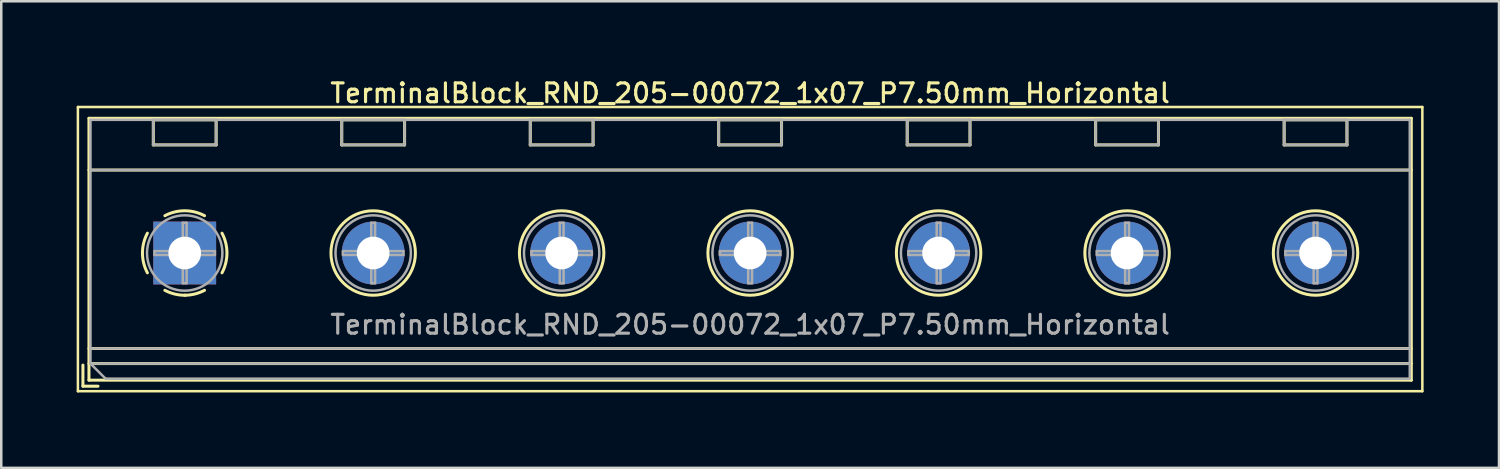
<source format=kicad_pcb>
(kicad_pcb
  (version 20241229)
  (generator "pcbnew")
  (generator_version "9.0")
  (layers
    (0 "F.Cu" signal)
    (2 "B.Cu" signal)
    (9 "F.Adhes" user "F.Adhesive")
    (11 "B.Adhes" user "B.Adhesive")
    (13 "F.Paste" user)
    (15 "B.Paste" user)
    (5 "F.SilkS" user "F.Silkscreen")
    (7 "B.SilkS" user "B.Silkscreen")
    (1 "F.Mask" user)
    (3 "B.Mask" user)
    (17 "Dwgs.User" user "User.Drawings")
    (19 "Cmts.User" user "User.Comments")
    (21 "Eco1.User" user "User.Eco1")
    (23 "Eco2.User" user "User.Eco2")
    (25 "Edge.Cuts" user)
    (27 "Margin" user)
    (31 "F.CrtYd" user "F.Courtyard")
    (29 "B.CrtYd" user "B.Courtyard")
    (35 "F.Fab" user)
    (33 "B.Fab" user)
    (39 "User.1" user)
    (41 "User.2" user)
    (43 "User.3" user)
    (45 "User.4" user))
  (footprint "TerminalBlock_RND_205-00072_1x07_P7.50mm_Horizontal"
    (layer "F.Cu")
    (at 4.3 7.018)
    (property "Reference" "TerminalBlock_RND_205-00072_1x07_P7.50mm_Horizontal" (at 22.5 -6.36 0) (layer "F.SilkS") (effects (font (size 0.75 0.75) (thickness 0.125))))
    (attr through_hole)
    (fp_line (start -4.25 -5.81) (end -4.25 5.5) (stroke (width 0.1) (type solid)) (layer "F.SilkS"))
    (fp_line (start -4.25 5.5) (end 49.25 5.5) (stroke (width 0.1) (type solid)) (layer "F.SilkS"))
    (fp_line (start -4.05 4.46) (end -4.05 5.3) (stroke (width 0.12) (type solid)) (layer "F.SilkS"))
    (fp_line (start -4.05 5.3) (end -3.45 5.3) (stroke (width 0.12) (type solid)) (layer "F.SilkS"))
    (fp_line (start -3.81 -5.36) (end -3.81 5.06) (stroke (width 0.12) (type solid)) (layer "F.SilkS"))
    (fp_line (start -3.81 -5.36) (end 48.81 -5.36) (stroke (width 0.12) (type solid)) (layer "F.SilkS"))
    (fp_line (start -3.81 -3.301) (end 48.81 -3.301) (stroke (width 0.12) (type solid)) (layer "F.SilkS"))
    (fp_line (start -3.81 3.8) (end 48.81 3.8) (stroke (width 0.12) (type solid)) (layer "F.SilkS"))
    (fp_line (start -3.81 4.4) (end 48.81 4.4) (stroke (width 0.12) (type solid)) (layer "F.SilkS"))
    (fp_line (start -3.81 5.06) (end 48.81 5.06) (stroke (width 0.12) (type solid)) (layer "F.SilkS"))
    (fp_line (start -1.25 -5.301) (end -1.25 -4.301) (stroke (width 0.12) (type solid)) (layer "F.SilkS"))
    (fp_line (start -1.25 -5.301) (end 1.25 -5.301) (stroke (width 0.12) (type solid)) (layer "F.SilkS"))
    (fp_line (start -1.25 -4.301) (end 1.25 -4.301) (stroke (width 0.12) (type solid)) (layer "F.SilkS"))
    (fp_line (start 1.25 -5.301) (end 1.25 -4.301) (stroke (width 0.12) (type solid)) (layer "F.SilkS"))
    (fp_line (start 6.25 -5.301) (end 6.25 -4.301) (stroke (width 0.12) (type solid)) (layer "F.SilkS"))
    (fp_line (start 6.25 -5.301) (end 8.75 -5.301) (stroke (width 0.12) (type solid)) (layer "F.SilkS"))
    (fp_line (start 6.25 -4.301) (end 8.75 -4.301) (stroke (width 0.12) (type solid)) (layer "F.SilkS"))
    (fp_line (start 8.75 -5.301) (end 8.75 -4.301) (stroke (width 0.12) (type solid)) (layer "F.SilkS"))
    (fp_line (start 13.75 -5.301) (end 13.75 -4.301) (stroke (width 0.12) (type solid)) (layer "F.SilkS"))
    (fp_line (start 13.75 -5.301) (end 16.25 -5.301) (stroke (width 0.12) (type solid)) (layer "F.SilkS"))
    (fp_line (start 13.75 -4.301) (end 16.25 -4.301) (stroke (width 0.12) (type solid)) (layer "F.SilkS"))
    (fp_line (start 16.25 -5.301) (end 16.25 -4.301) (stroke (width 0.12) (type solid)) (layer "F.SilkS"))
    (fp_line (start 21.25 -5.301) (end 21.25 -4.301) (stroke (width 0.12) (type solid)) (layer "F.SilkS"))
    (fp_line (start 21.25 -5.301) (end 23.75 -5.301) (stroke (width 0.12) (type solid)) (layer "F.SilkS"))
    (fp_line (start 21.25 -4.301) (end 23.75 -4.301) (stroke (width 0.12) (type solid)) (layer "F.SilkS"))
    (fp_line (start 23.75 -5.301) (end 23.75 -4.301) (stroke (width 0.12) (type solid)) (layer "F.SilkS"))
    (fp_line (start 28.75 -5.301) (end 28.75 -4.301) (stroke (width 0.12) (type solid)) (layer "F.SilkS"))
    (fp_line (start 28.75 -5.301) (end 31.25 -5.301) (stroke (width 0.12) (type solid)) (layer "F.SilkS"))
    (fp_line (start 28.75 -4.301) (end 31.25 -4.301) (stroke (width 0.12) (type solid)) (layer "F.SilkS"))
    (fp_line (start 31.25 -5.301) (end 31.25 -4.301) (stroke (width 0.12) (type solid)) (layer "F.SilkS"))
    (fp_line (start 36.25 -5.301) (end 36.25 -4.301) (stroke (width 0.12) (type solid)) (layer "F.SilkS"))
    (fp_line (start 36.25 -5.301) (end 38.75 -5.301) (stroke (width 0.12) (type solid)) (layer "F.SilkS"))
    (fp_line (start 36.25 -4.301) (end 38.75 -4.301) (stroke (width 0.12) (type solid)) (layer "F.SilkS"))
    (fp_line (start 38.75 -5.301) (end 38.75 -4.301) (stroke (width 0.12) (type solid)) (layer "F.SilkS"))
    (fp_line (start 43.75 -5.301) (end 43.75 -4.301) (stroke (width 0.12) (type solid)) (layer "F.SilkS"))
    (fp_line (start 43.75 -5.301) (end 46.25 -5.301) (stroke (width 0.12) (type solid)) (layer "F.SilkS"))
    (fp_line (start 43.75 -4.301) (end 46.25 -4.301) (stroke (width 0.12) (type solid)) (layer "F.SilkS"))
    (fp_line (start 46.25 -5.301) (end 46.25 -4.301) (stroke (width 0.12) (type solid)) (layer "F.SilkS"))
    (fp_line (start 48.81 -5.36) (end 48.81 5.06) (stroke (width 0.12) (type solid)) (layer "F.SilkS"))
    (fp_line (start 49.25 -5.81) (end -4.25 -5.81) (stroke (width 0.1) (type solid)) (layer "F.SilkS"))
    (fp_line (start 49.25 5.5) (end 49.25 -5.81) (stroke (width 0.1) (type solid)) (layer "F.SilkS"))
    (fp_arc (start -1.483953 0.789089) (mid -1.680708 0.00005) (end -1.484 -0.789) (stroke (width 0.12) (type solid)) (layer "F.SilkS"))
    (fp_arc (start -0.789089 -1.483953) (mid -0.00005 -1.680708) (end 0.789 -1.484) (stroke (width 0.12) (type solid)) (layer "F.SilkS"))
    (fp_arc (start 0.029383 1.68045) (mid -0.392304 1.634281) (end -0.789 1.484) (stroke (width 0.12) (type solid)) (layer "F.SilkS"))
    (fp_arc (start 0.788712 1.483352) (mid 0.406429 1.630097) (end 0 1.68) (stroke (width 0.12) (type solid)) (layer "F.SilkS"))
    (fp_arc (start 1.483953 -0.789089) (mid 1.680708 -0.00005) (end 1.484 0.789) (stroke (width 0.12) (type solid)) (layer "F.SilkS"))
    (fp_circle (center 7.5 0) (end 9.18 0) (stroke (width 0.12) (type solid)) (fill no) (layer "F.SilkS"))
    (fp_circle (center 15 0) (end 16.68 0) (stroke (width 0.12) (type solid)) (fill no) (layer "F.SilkS"))
    (fp_circle (center 22.5 0) (end 24.18 0) (stroke (width 0.12) (type solid)) (fill no) (layer "F.SilkS"))
    (fp_circle (center 30 0) (end 31.68 0) (stroke (width 0.12) (type solid)) (fill no) (layer "F.SilkS"))
    (fp_circle (center 37.5 0) (end 39.18 0) (stroke (width 0.12) (type solid)) (fill no) (layer "F.SilkS"))
    (fp_circle (center 45 0) (end 46.68 0) (stroke (width 0.12) (type solid)) (fill no) (layer "F.SilkS"))
    (fp_line (start -3.75 -5.3) (end 48.75 -5.3) (stroke (width 0.1) (type solid)) (layer "F.Fab"))
    (fp_line (start -3.75 -3.3) (end 48.75 -3.3) (stroke (width 0.1) (type solid)) (layer "F.Fab"))
    (fp_line (start -3.75 3.8) (end 48.75 3.8) (stroke (width 0.1) (type solid)) (layer "F.Fab"))
    (fp_line (start -3.75 4.4) (end -3.75 -5.3) (stroke (width 0.1) (type solid)) (layer "F.Fab"))
    (fp_line (start -3.75 4.4) (end 48.75 4.4) (stroke (width 0.1) (type solid)) (layer "F.Fab"))
    (fp_line (start -3.15 5) (end -3.75 4.4) (stroke (width 0.1) (type solid)) (layer "F.Fab"))
    (fp_line (start -1.25 -5.3) (end -1.25 -4.3) (stroke (width 0.1) (type solid)) (layer "F.Fab"))
    (fp_line (start -1.25 -4.3) (end 1.25 -4.3) (stroke (width 0.1) (type solid)) (layer "F.Fab"))
    (fp_line (start -1.201 -0.076) (end -0.076 -0.076) (stroke (width 0.1) (type solid)) (layer "F.Fab"))
    (fp_line (start -1.201 0.076) (end -1.201 -0.076) (stroke (width 0.1) (type solid)) (layer "F.Fab"))
    (fp_line (start -0.076 -1.201) (end 0.076 -1.201) (stroke (width 0.1) (type solid)) (layer "F.Fab"))
    (fp_line (start -0.076 -0.076) (end -0.076 -1.201) (stroke (width 0.1) (type solid)) (layer "F.Fab"))
    (fp_line (start -0.076 0.076) (end -1.201 0.076) (stroke (width 0.1) (type solid)) (layer "F.Fab"))
    (fp_line (start -0.076 1.201) (end -0.076 0.076) (stroke (width 0.1) (type solid)) (layer "F.Fab"))
    (fp_line (start 0.076 -1.201) (end 0.076 -0.076) (stroke (width 0.1) (type solid)) (layer "F.Fab"))
    (fp_line (start 0.076 -0.076) (end 1.201 -0.076) (stroke (width 0.1) (type solid)) (layer "F.Fab"))
    (fp_line (start 0.076 0.076) (end 0.076 1.201) (stroke (width 0.1) (type solid)) (layer "F.Fab"))
    (fp_line (start 0.076 1.201) (end -0.076 1.201) (stroke (width 0.1) (type solid)) (layer "F.Fab"))
    (fp_line (start 1.201 -0.076) (end 1.201 0.076) (stroke (width 0.1) (type solid)) (layer "F.Fab"))
    (fp_line (start 1.201 0.076) (end 0.076 0.076) (stroke (width 0.1) (type solid)) (layer "F.Fab"))
    (fp_line (start 1.25 -5.3) (end -1.25 -5.3) (stroke (width 0.1) (type solid)) (layer "F.Fab"))
    (fp_line (start 1.25 -4.3) (end 1.25 -5.3) (stroke (width 0.1) (type solid)) (layer "F.Fab"))
    (fp_line (start 6.25 -5.3) (end 6.25 -4.3) (stroke (width 0.1) (type solid)) (layer "F.Fab"))
    (fp_line (start 6.25 -4.3) (end 8.75 -4.3) (stroke (width 0.1) (type solid)) (layer "F.Fab"))
    (fp_line (start 6.299 -0.076) (end 7.424 -0.076) (stroke (width 0.1) (type solid)) (layer "F.Fab"))
    (fp_line (start 6.299 0.076) (end 6.299 -0.076) (stroke (width 0.1) (type solid)) (layer "F.Fab"))
    (fp_line (start 7.424 -1.201) (end 7.576 -1.201) (stroke (width 0.1) (type solid)) (layer "F.Fab"))
    (fp_line (start 7.424 -0.076) (end 7.424 -1.201) (stroke (width 0.1) (type solid)) (layer "F.Fab"))
    (fp_line (start 7.424 0.076) (end 6.299 0.076) (stroke (width 0.1) (type solid)) (layer "F.Fab"))
    (fp_line (start 7.424 1.201) (end 7.424 0.076) (stroke (width 0.1) (type solid)) (layer "F.Fab"))
    (fp_line (start 7.576 -1.201) (end 7.576 -0.076) (stroke (width 0.1) (type solid)) (layer "F.Fab"))
    (fp_line (start 7.576 -0.076) (end 8.701 -0.076) (stroke (width 0.1) (type solid)) (layer "F.Fab"))
    (fp_line (start 7.576 0.076) (end 7.576 1.201) (stroke (width 0.1) (type solid)) (layer "F.Fab"))
    (fp_line (start 7.576 1.201) (end 7.424 1.201) (stroke (width 0.1) (type solid)) (layer "F.Fab"))
    (fp_line (start 8.701 -0.076) (end 8.701 0.076) (stroke (width 0.1) (type solid)) (layer "F.Fab"))
    (fp_line (start 8.701 0.076) (end 7.576 0.076) (stroke (width 0.1) (type solid)) (layer "F.Fab"))
    (fp_line (start 8.75 -5.3) (end 6.25 -5.3) (stroke (width 0.1) (type solid)) (layer "F.Fab"))
    (fp_line (start 8.75 -4.3) (end 8.75 -5.3) (stroke (width 0.1) (type solid)) (layer "F.Fab"))
    (fp_line (start 13.75 -5.3) (end 13.75 -4.3) (stroke (width 0.1) (type solid)) (layer "F.Fab"))
    (fp_line (start 13.75 -4.3) (end 16.25 -4.3) (stroke (width 0.1) (type solid)) (layer "F.Fab"))
    (fp_line (start 13.799 -0.076) (end 14.924 -0.076) (stroke (width 0.1) (type solid)) (layer "F.Fab"))
    (fp_line (start 13.799 0.076) (end 13.799 -0.076) (stroke (width 0.1) (type solid)) (layer "F.Fab"))
    (fp_line (start 14.924 -1.201) (end 15.076 -1.201) (stroke (width 0.1) (type solid)) (layer "F.Fab"))
    (fp_line (start 14.924 -0.076) (end 14.924 -1.201) (stroke (width 0.1) (type solid)) (layer "F.Fab"))
    (fp_line (start 14.924 0.076) (end 13.799 0.076) (stroke (width 0.1) (type solid)) (layer "F.Fab"))
    (fp_line (start 14.924 1.201) (end 14.924 0.076) (stroke (width 0.1) (type solid)) (layer "F.Fab"))
    (fp_line (start 15.076 -1.201) (end 15.076 -0.076) (stroke (width 0.1) (type solid)) (layer "F.Fab"))
    (fp_line (start 15.076 -0.076) (end 16.201 -0.076) (stroke (width 0.1) (type solid)) (layer "F.Fab"))
    (fp_line (start 15.076 0.076) (end 15.076 1.201) (stroke (width 0.1) (type solid)) (layer "F.Fab"))
    (fp_line (start 15.076 1.201) (end 14.924 1.201) (stroke (width 0.1) (type solid)) (layer "F.Fab"))
    (fp_line (start 16.201 -0.076) (end 16.201 0.076) (stroke (width 0.1) (type solid)) (layer "F.Fab"))
    (fp_line (start 16.201 0.076) (end 15.076 0.076) (stroke (width 0.1) (type solid)) (layer "F.Fab"))
    (fp_line (start 16.25 -5.3) (end 13.75 -5.3) (stroke (width 0.1) (type solid)) (layer "F.Fab"))
    (fp_line (start 16.25 -4.3) (end 16.25 -5.3) (stroke (width 0.1) (type solid)) (layer "F.Fab"))
    (fp_line (start 21.25 -5.3) (end 21.25 -4.3) (stroke (width 0.1) (type solid)) (layer "F.Fab"))
    (fp_line (start 21.25 -4.3) (end 23.75 -4.3) (stroke (width 0.1) (type solid)) (layer "F.Fab"))
    (fp_line (start 21.299 -0.076) (end 22.424 -0.076) (stroke (width 0.1) (type solid)) (layer "F.Fab"))
    (fp_line (start 21.299 0.076) (end 21.299 -0.076) (stroke (width 0.1) (type solid)) (layer "F.Fab"))
    (fp_line (start 22.424 -1.201) (end 22.576 -1.201) (stroke (width 0.1) (type solid)) (layer "F.Fab"))
    (fp_line (start 22.424 -0.076) (end 22.424 -1.201) (stroke (width 0.1) (type solid)) (layer "F.Fab"))
    (fp_line (start 22.424 0.076) (end 21.299 0.076) (stroke (width 0.1) (type solid)) (layer "F.Fab"))
    (fp_line (start 22.424 1.201) (end 22.424 0.076) (stroke (width 0.1) (type solid)) (layer "F.Fab"))
    (fp_line (start 22.576 -1.201) (end 22.576 -0.076) (stroke (width 0.1) (type solid)) (layer "F.Fab"))
    (fp_line (start 22.576 -0.076) (end 23.701 -0.076) (stroke (width 0.1) (type solid)) (layer "F.Fab"))
    (fp_line (start 22.576 0.076) (end 22.576 1.201) (stroke (width 0.1) (type solid)) (layer "F.Fab"))
    (fp_line (start 22.576 1.201) (end 22.424 1.201) (stroke (width 0.1) (type solid)) (layer "F.Fab"))
    (fp_line (start 23.701 -0.076) (end 23.701 0.076) (stroke (width 0.1) (type solid)) (layer "F.Fab"))
    (fp_line (start 23.701 0.076) (end 22.576 0.076) (stroke (width 0.1) (type solid)) (layer "F.Fab"))
    (fp_line (start 23.75 -5.3) (end 21.25 -5.3) (stroke (width 0.1) (type solid)) (layer "F.Fab"))
    (fp_line (start 23.75 -4.3) (end 23.75 -5.3) (stroke (width 0.1) (type solid)) (layer "F.Fab"))
    (fp_line (start 28.75 -5.3) (end 28.75 -4.3) (stroke (width 0.1) (type solid)) (layer "F.Fab"))
    (fp_line (start 28.75 -4.3) (end 31.25 -4.3) (stroke (width 0.1) (type solid)) (layer "F.Fab"))
    (fp_line (start 28.799 -0.076) (end 29.924 -0.076) (stroke (width 0.1) (type solid)) (layer "F.Fab"))
    (fp_line (start 28.799 0.076) (end 28.799 -0.076) (stroke (width 0.1) (type solid)) (layer "F.Fab"))
    (fp_line (start 29.924 -1.201) (end 30.076 -1.201) (stroke (width 0.1) (type solid)) (layer "F.Fab"))
    (fp_line (start 29.924 -0.076) (end 29.924 -1.201) (stroke (width 0.1) (type solid)) (layer "F.Fab"))
    (fp_line (start 29.924 0.076) (end 28.799 0.076) (stroke (width 0.1) (type solid)) (layer "F.Fab"))
    (fp_line (start 29.924 1.201) (end 29.924 0.076) (stroke (width 0.1) (type solid)) (layer "F.Fab"))
    (fp_line (start 30.076 -1.201) (end 30.076 -0.076) (stroke (width 0.1) (type solid)) (layer "F.Fab"))
    (fp_line (start 30.076 -0.076) (end 31.201 -0.076) (stroke (width 0.1) (type solid)) (layer "F.Fab"))
    (fp_line (start 30.076 0.076) (end 30.076 1.201) (stroke (width 0.1) (type solid)) (layer "F.Fab"))
    (fp_line (start 30.076 1.201) (end 29.924 1.201) (stroke (width 0.1) (type solid)) (layer "F.Fab"))
    (fp_line (start 31.201 -0.076) (end 31.201 0.076) (stroke (width 0.1) (type solid)) (layer "F.Fab"))
    (fp_line (start 31.201 0.076) (end 30.076 0.076) (stroke (width 0.1) (type solid)) (layer "F.Fab"))
    (fp_line (start 31.25 -5.3) (end 28.75 -5.3) (stroke (width 0.1) (type solid)) (layer "F.Fab"))
    (fp_line (start 31.25 -4.3) (end 31.25 -5.3) (stroke (width 0.1) (type solid)) (layer "F.Fab"))
    (fp_line (start 36.25 -5.3) (end 36.25 -4.3) (stroke (width 0.1) (type solid)) (layer "F.Fab"))
    (fp_line (start 36.25 -4.3) (end 38.75 -4.3) (stroke (width 0.1) (type solid)) (layer "F.Fab"))
    (fp_line (start 36.299 -0.076) (end 37.424 -0.076) (stroke (width 0.1) (type solid)) (layer "F.Fab"))
    (fp_line (start 36.299 0.076) (end 36.299 -0.076) (stroke (width 0.1) (type solid)) (layer "F.Fab"))
    (fp_line (start 37.424 -1.201) (end 37.576 -1.201) (stroke (width 0.1) (type solid)) (layer "F.Fab"))
    (fp_line (start 37.424 -0.076) (end 37.424 -1.201) (stroke (width 0.1) (type solid)) (layer "F.Fab"))
    (fp_line (start 37.424 0.076) (end 36.299 0.076) (stroke (width 0.1) (type solid)) (layer "F.Fab"))
    (fp_line (start 37.424 1.201) (end 37.424 0.076) (stroke (width 0.1) (type solid)) (layer "F.Fab"))
    (fp_line (start 37.576 -1.201) (end 37.576 -0.076) (stroke (width 0.1) (type solid)) (layer "F.Fab"))
    (fp_line (start 37.576 -0.076) (end 38.701 -0.076) (stroke (width 0.1) (type solid)) (layer "F.Fab"))
    (fp_line (start 37.576 0.076) (end 37.576 1.201) (stroke (width 0.1) (type solid)) (layer "F.Fab"))
    (fp_line (start 37.576 1.201) (end 37.424 1.201) (stroke (width 0.1) (type solid)) (layer "F.Fab"))
    (fp_line (start 38.701 -0.076) (end 38.701 0.076) (stroke (width 0.1) (type solid)) (layer "F.Fab"))
    (fp_line (start 38.701 0.076) (end 37.576 0.076) (stroke (width 0.1) (type solid)) (layer "F.Fab"))
    (fp_line (start 38.75 -5.3) (end 36.25 -5.3) (stroke (width 0.1) (type solid)) (layer "F.Fab"))
    (fp_line (start 38.75 -4.3) (end 38.75 -5.3) (stroke (width 0.1) (type solid)) (layer "F.Fab"))
    (fp_line (start 43.75 -5.3) (end 43.75 -4.3) (stroke (width 0.1) (type solid)) (layer "F.Fab"))
    (fp_line (start 43.75 -4.3) (end 46.25 -4.3) (stroke (width 0.1) (type solid)) (layer "F.Fab"))
    (fp_line (start 43.799 -0.076) (end 44.924 -0.076) (stroke (width 0.1) (type solid)) (layer "F.Fab"))
    (fp_line (start 43.799 0.076) (end 43.799 -0.076) (stroke (width 0.1) (type solid)) (layer "F.Fab"))
    (fp_line (start 44.924 -1.201) (end 45.076 -1.201) (stroke (width 0.1) (type solid)) (layer "F.Fab"))
    (fp_line (start 44.924 -0.076) (end 44.924 -1.201) (stroke (width 0.1) (type solid)) (layer "F.Fab"))
    (fp_line (start 44.924 0.076) (end 43.799 0.076) (stroke (width 0.1) (type solid)) (layer "F.Fab"))
    (fp_line (start 44.924 1.201) (end 44.924 0.076) (stroke (width 0.1) (type solid)) (layer "F.Fab"))
    (fp_line (start 45.076 -1.201) (end 45.076 -0.076) (stroke (width 0.1) (type solid)) (layer "F.Fab"))
    (fp_line (start 45.076 -0.076) (end 46.201 -0.076) (stroke (width 0.1) (type solid)) (layer "F.Fab"))
    (fp_line (start 45.076 0.076) (end 45.076 1.201) (stroke (width 0.1) (type solid)) (layer "F.Fab"))
    (fp_line (start 45.076 1.201) (end 44.924 1.201) (stroke (width 0.1) (type solid)) (layer "F.Fab"))
    (fp_line (start 46.201 -0.076) (end 46.201 0.076) (stroke (width 0.1) (type solid)) (layer "F.Fab"))
    (fp_line (start 46.201 0.076) (end 45.076 0.076) (stroke (width 0.1) (type solid)) (layer "F.Fab"))
    (fp_line (start 46.25 -5.3) (end 43.75 -5.3) (stroke (width 0.1) (type solid)) (layer "F.Fab"))
    (fp_line (start 46.25 -4.3) (end 46.25 -5.3) (stroke (width 0.1) (type solid)) (layer "F.Fab"))
    (fp_line (start 48.75 -5.3) (end 48.75 5) (stroke (width 0.1) (type solid)) (layer "F.Fab"))
    (fp_line (start 48.75 5) (end -3.15 5) (stroke (width 0.1) (type solid)) (layer "F.Fab"))
    (fp_circle (center 0 0) (end 1.5 0) (stroke (width 0.1) (type solid)) (fill no) (layer "F.Fab"))
    (fp_circle (center 7.5 0) (end 9 0) (stroke (width 0.1) (type solid)) (fill no) (layer "F.Fab"))
    (fp_circle (center 15 0) (end 16.5 0) (stroke (width 0.1) (type solid)) (fill no) (layer "F.Fab"))
    (fp_circle (center 22.5 0) (end 24 0) (stroke (width 0.1) (type solid)) (fill no) (layer "F.Fab"))
    (fp_circle (center 30 0) (end 31.5 0) (stroke (width 0.1) (type solid)) (fill no) (layer "F.Fab"))
    (fp_circle (center 37.5 0) (end 39 0) (stroke (width 0.1) (type solid)) (fill no) (layer "F.Fab"))
    (fp_circle (center 45 0) (end 46.5 0) (stroke (width 0.1) (type solid)) (fill no) (layer "F.Fab"))
    (fp_text user "${REFERENCE}" (at 22.5 2.85 0) (layer "F.Fab") (effects (font (size 0.75 0.75) (thickness 0.125))))
    (pad "1" thru_hole rect (at 0 0) (size 2.5 2.5) (drill 1.3) (layers "*.Cu" "*.Mask"))
    (pad "2" thru_hole circle (at 7.5 0) (size 2.5 2.5) (drill 1.3) (layers "*.Cu" "*.Mask"))
    (pad "3" thru_hole circle (at 15 0) (size 2.5 2.5) (drill 1.3) (layers "*.Cu" "*.Mask"))
    (pad "4" thru_hole circle (at 22.5 0) (size 2.5 2.5) (drill 1.3) (layers "*.Cu" "*.Mask"))
    (pad "5" thru_hole circle (at 30 0) (size 2.5 2.5) (drill 1.3) (layers "*.Cu" "*.Mask"))
    (pad "6" thru_hole circle (at 37.5 0) (size 2.5 2.5) (drill 1.3) (layers "*.Cu" "*.Mask"))
    (pad "7" thru_hole circle (at 45 0) (size 2.5 2.5) (drill 1.3) (layers "*.Cu" "*.Mask")))
  (gr_rect
    (start -3 -3)
    (end 56.6 15.568)
    (stroke (width 0.1) (type default))
    (fill no)
    (layer "Edge.Cuts")))
</source>
